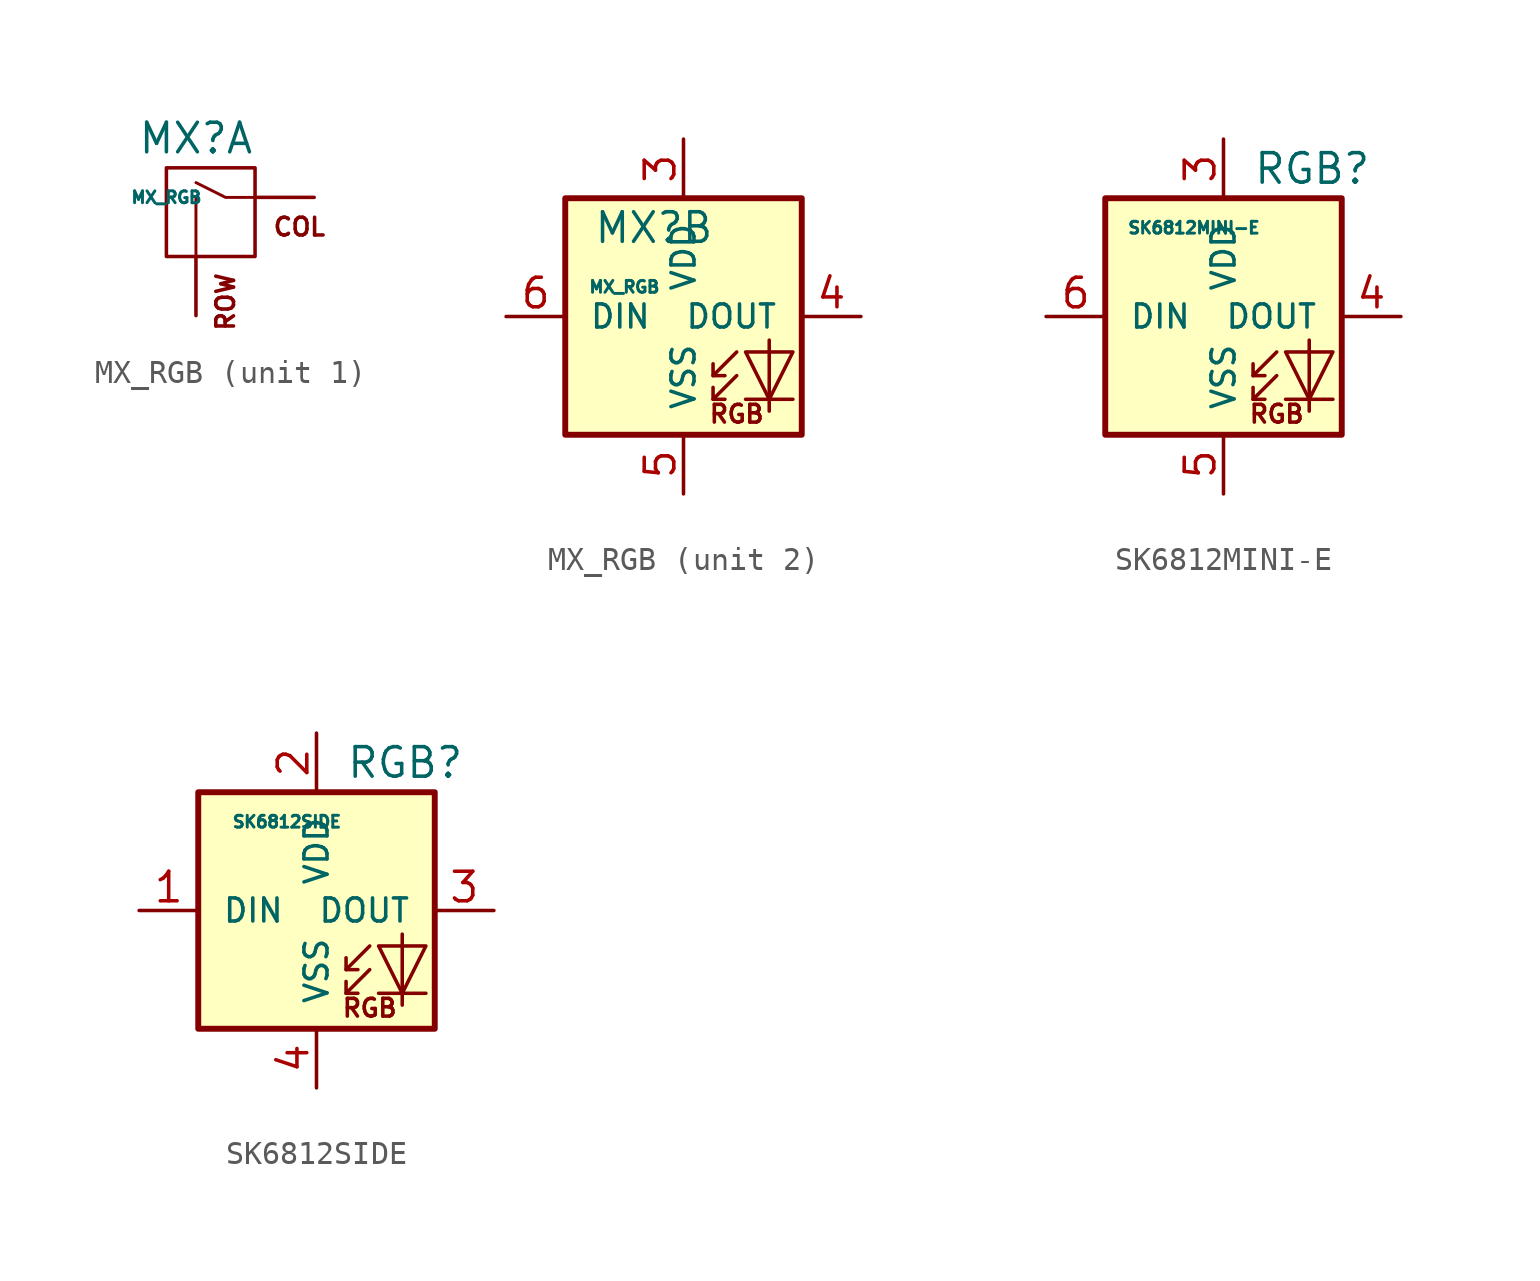
<source format=kicad_sym>
(kicad_symbol_lib
  (version 20211014)
  (generator kicad_symbol_editor)
  (symbol "MX_RGB"
    (pin_names
      (offset 1.016))
    (property "Reference" "MX"
      (at -1.27 3.81 0)
      (effects (font (size 1.27 1.27))))
    (property "Value" "MX_RGB"
      (at -2.54 1.27 0)
      (effects (font (size 0.508 0.508))))
    (property "ki_locked" ""
      (at 0 0 0)
      (effects (font (size 1.27 1.27))))
    (symbol "MX_RGB_1_1"
      (rectangle (start -2.54 2.54) (end 1.27 -1.27) (stroke (width 0) (type default) (color 0 0 0 0)) (fill (type none)))
      (polyline (pts (xy -1.27 -1.27) (xy -1.27 1.27)) (stroke (width 0.127) (type default) (color 0 0 0 0)) (fill (type none)))
      (polyline (pts (xy 1.27 1.27) (xy 0 1.27) (xy -1.27 1.905)) (stroke (width 0.127) (type default) (color 0 0 0 0)) (fill (type none)))
      (text "COL" (at 3.175 0 0) (effects (font (size 0.762 0.762) bold)))
      (text "ROW" (at 0 -1.905 900) (effects (font (size 0.762 0.762)) (justify right)))
      (pin passive line (at 3.81 1.27 180) (length 2.54) (name "COL" (effects (font (size 0 0)))) (number "1" (effects (font (size 0 0)))))
      (pin passive line (at -1.27 -3.81 90) (length 2.54) (name "ROW" (effects (font (size 0 0)))) (number "2" (effects (font (size 0 0))))))
    (symbol "MX_RGB_2_1"
      (polyline (pts (xy 1.27 -3.556) (xy 1.778 -3.556)) (stroke (width 0) (type default) (color 0 0 0 0)) (fill (type none)))
      (polyline (pts (xy 1.27 -2.54) (xy 1.778 -2.54)) (stroke (width 0) (type default) (color 0 0 0 0)) (fill (type none)))
      (polyline (pts (xy 4.699 -3.556) (xy 2.667 -3.556)) (stroke (width 0) (type default) (color 0 0 0 0)) (fill (type none)))
      (polyline (pts (xy 2.286 -2.54) (xy 1.27 -3.556) (xy 1.27 -3.048)) (stroke (width 0) (type default) (color 0 0 0 0)) (fill (type none)))
      (polyline (pts (xy 2.286 -1.524) (xy 1.27 -2.54) (xy 1.27 -2.032)) (stroke (width 0) (type default) (color 0 0 0 0)) (fill (type none)))
      (polyline (pts (xy 3.683 -1.016) (xy 3.683 -3.556) (xy 3.683 -4.064)) (stroke (width 0) (type default) (color 0 0 0 0)) (fill (type none)))
      (polyline (pts (xy 4.699 -1.524) (xy 2.667 -1.524) (xy 3.683 -3.556) (xy 4.699 -1.524)) (stroke (width 0) (type default) (color 0 0 0 0)) (fill (type none)))
      (rectangle (start 5.08 5.08) (end -5.08 -5.08) (stroke (width 0.254) (type default) (color 0 0 0 0)) (fill (type background)))
      (text "RGB" (at 2.286 -4.191 0) (effects (font (size 0.762 0.762))))
      (pin power_in line (at 0 7.62 270) (length 2.54) (name "VDD" (effects (font (size 0.991 0.991)))) (number "3" (effects (font (size 1.27 1.27)))))
      (pin output line (at 7.62 0 180) (length 2.54) (name "DOUT" (effects (font (size 0.991 0.991)))) (number "4" (effects (font (size 1.27 1.27)))))
      (pin power_in line (at 0 -7.62 90) (length 2.54) (name "VSS" (effects (font (size 0.991 0.991)))) (number "5" (effects (font (size 1.27 1.27)))))
      (pin input line (at -7.62 0 0) (length 2.54) (name "DIN" (effects (font (size 0.991 0.991)))) (number "6" (effects (font (size 1.27 1.27)))))))
  (symbol "SK6812MINI-E"
    (pin_names
      (offset 1.016))
    (property "Reference" "RGB"
      (at 3.81 6.35 0)
      (effects (font (size 1.27 1.27))))
    (property "Value" "SK6812MINI-E"
      (at -1.27 3.81 0)
      (effects (font (size 0.508 0.508))))
    (symbol "SK6812MINI-E_1_1"
      (polyline (pts (xy 1.27 -3.556) (xy 1.778 -3.556)) (stroke (width 0) (type default) (color 0 0 0 0)) (fill (type none)))
      (polyline (pts (xy 1.27 -2.54) (xy 1.778 -2.54)) (stroke (width 0) (type default) (color 0 0 0 0)) (fill (type none)))
      (polyline (pts (xy 4.699 -3.556) (xy 2.667 -3.556)) (stroke (width 0) (type default) (color 0 0 0 0)) (fill (type none)))
      (polyline (pts (xy 2.286 -2.54) (xy 1.27 -3.556) (xy 1.27 -3.048)) (stroke (width 0) (type default) (color 0 0 0 0)) (fill (type none)))
      (polyline (pts (xy 2.286 -1.524) (xy 1.27 -2.54) (xy 1.27 -2.032)) (stroke (width 0) (type default) (color 0 0 0 0)) (fill (type none)))
      (polyline (pts (xy 3.683 -1.016) (xy 3.683 -3.556) (xy 3.683 -4.064)) (stroke (width 0) (type default) (color 0 0 0 0)) (fill (type none)))
      (polyline (pts (xy 4.699 -1.524) (xy 2.667 -1.524) (xy 3.683 -3.556) (xy 4.699 -1.524)) (stroke (width 0) (type default) (color 0 0 0 0)) (fill (type none)))
      (rectangle (start 5.08 5.08) (end -5.08 -5.08) (stroke (width 0.254) (type default) (color 0 0 0 0)) (fill (type background)))
      (text "RGB" (at 2.286 -4.191 0) (effects (font (size 0.762 0.762))))
      (pin power_in line (at 0 7.62 270) (length 2.54) (name "VDD" (effects (font (size 0.991 0.991)))) (number "3" (effects (font (size 1.27 1.27)))))
      (pin output line (at 7.62 0 180) (length 2.54) (name "DOUT" (effects (font (size 0.991 0.991)))) (number "4" (effects (font (size 1.27 1.27)))))
      (pin power_in line (at 0 -7.62 90) (length 2.54) (name "VSS" (effects (font (size 0.991 0.991)))) (number "5" (effects (font (size 1.27 1.27)))))
      (pin input line (at -7.62 0 0) (length 2.54) (name "DIN" (effects (font (size 0.991 0.991)))) (number "6" (effects (font (size 1.27 1.27)))))))
  (symbol "SK6812SIDE"
    (pin_names
      (offset 1.016))
    (property "Reference" "RGB"
      (at 3.81 6.35 0)
      (effects (font (size 1.27 1.27))))
    (property "Value" "SK6812SIDE"
      (at -1.27 3.81 0)
      (effects (font (size 0.508 0.508))))
    (symbol "SK6812SIDE_1_1"
      (polyline (pts (xy 1.27 -3.556) (xy 1.778 -3.556)) (stroke (width 0) (type default) (color 0 0 0 0)) (fill (type none)))
      (polyline (pts (xy 1.27 -2.54) (xy 1.778 -2.54)) (stroke (width 0) (type default) (color 0 0 0 0)) (fill (type none)))
      (polyline (pts (xy 4.699 -3.556) (xy 2.667 -3.556)) (stroke (width 0) (type default) (color 0 0 0 0)) (fill (type none)))
      (polyline (pts (xy 2.286 -2.54) (xy 1.27 -3.556) (xy 1.27 -3.048)) (stroke (width 0) (type default) (color 0 0 0 0)) (fill (type none)))
      (polyline (pts (xy 2.286 -1.524) (xy 1.27 -2.54) (xy 1.27 -2.032)) (stroke (width 0) (type default) (color 0 0 0 0)) (fill (type none)))
      (polyline (pts (xy 3.683 -1.016) (xy 3.683 -3.556) (xy 3.683 -4.064)) (stroke (width 0) (type default) (color 0 0 0 0)) (fill (type none)))
      (polyline (pts (xy 4.699 -1.524) (xy 2.667 -1.524) (xy 3.683 -3.556) (xy 4.699 -1.524)) (stroke (width 0) (type default) (color 0 0 0 0)) (fill (type none)))
      (rectangle (start 5.08 5.08) (end -5.08 -5.08) (stroke (width 0.254) (type default) (color 0 0 0 0)) (fill (type background)))
      (text "RGB" (at 2.286 -4.191 0) (effects (font (size 0.762 0.762))))
      (pin input line (at -7.62 0 0) (length 2.54) (name "DIN" (effects (font (size 0.991 0.991)))) (number "1" (effects (font (size 1.27 1.27)))))
      (pin power_in line (at 0 7.62 270) (length 2.54) (name "VDD" (effects (font (size 0.991 0.991)))) (number "2" (effects (font (size 1.27 1.27)))))
      (pin output line (at 7.62 0 180) (length 2.54) (name "DOUT" (effects (font (size 0.991 0.991)))) (number "3" (effects (font (size 1.27 1.27)))))
      (pin power_in line (at 0 -7.62 90) (length 2.54) (name "VSS" (effects (font (size 0.991 0.991)))) (number "4" (effects (font (size 1.27 1.27))))))))
</source>
